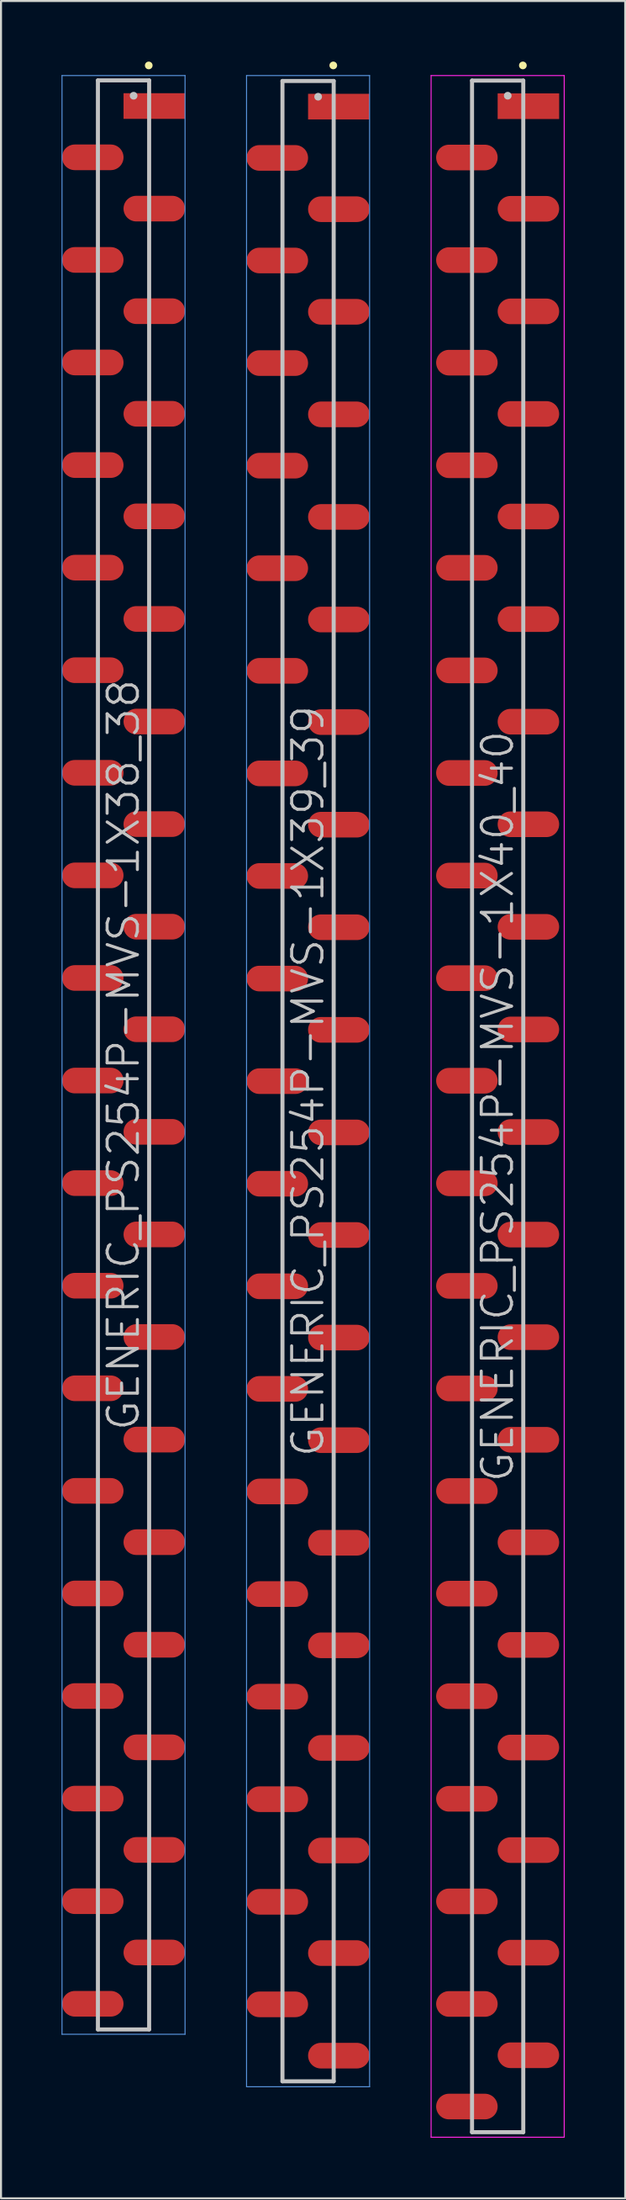
<source format=kicad_pcb>
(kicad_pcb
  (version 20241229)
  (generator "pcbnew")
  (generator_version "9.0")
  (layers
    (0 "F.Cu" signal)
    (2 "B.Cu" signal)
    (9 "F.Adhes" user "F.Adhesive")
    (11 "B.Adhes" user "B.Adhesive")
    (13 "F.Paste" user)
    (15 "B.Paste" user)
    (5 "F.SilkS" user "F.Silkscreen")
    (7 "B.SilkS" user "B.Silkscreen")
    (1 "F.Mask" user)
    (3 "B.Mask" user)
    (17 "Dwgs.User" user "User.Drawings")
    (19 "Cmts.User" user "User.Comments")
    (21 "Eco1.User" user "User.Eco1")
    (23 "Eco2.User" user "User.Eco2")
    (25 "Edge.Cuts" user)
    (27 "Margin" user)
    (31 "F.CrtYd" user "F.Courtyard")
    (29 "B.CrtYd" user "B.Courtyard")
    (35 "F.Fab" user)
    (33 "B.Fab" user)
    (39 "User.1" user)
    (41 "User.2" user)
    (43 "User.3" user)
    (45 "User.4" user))
  (footprint "GENERIC_PS254P-MVS-1X40_40"
    (layer "F.Cu")
    (at 21.625 51.74)
    (property "Reference" "GENERIC_PS254P-MVS-1X40_40" (at 0 0 90) (layer "Dwgs.User") (effects (font (size 1.5 1.5) (thickness 0.15))))
    (attr smd)
    (fp_line (start 1.25 -51.55) (end 1.25 -51.55) (stroke (width 0.381) (type solid)) (layer "F.SilkS"))
    (fp_line (start -1.27 -50.8) (end -1.27 50.8) (stroke (width 0.2) (type solid)) (layer "Dwgs.User"))
    (fp_line (start -1.27 -50.8) (end 1.27 -50.8) (stroke (width 0.2) (type solid)) (layer "Dwgs.User"))
    (fp_line (start -1.27 50.8) (end 1.27 50.8) (stroke (width 0.2) (type solid)) (layer "Dwgs.User"))
    (fp_line (start 0.5 -50.05) (end 0.5 -50.05) (stroke (width 0.381) (type solid)) (layer "Dwgs.User"))
    (fp_line (start 1.27 -50.8) (end 1.27 50.8) (stroke (width 0.2) (type solid)) (layer "Dwgs.User"))
    (fp_line (start -3.3 -51.05) (end -3.3 51.05) (stroke (width 0.05) (type solid)) (layer "F.CrtYd"))
    (fp_line (start -3.3 -51.05) (end 3.3 -51.05) (stroke (width 0.05) (type solid)) (layer "F.CrtYd"))
    (fp_line (start -3.3 51.05) (end 3.3 51.05) (stroke (width 0.05) (type solid)) (layer "F.CrtYd"))
    (fp_line (start 3.3 -51.05) (end 3.3 51.05) (stroke (width 0.05) (type solid)) (layer "F.CrtYd"))
    (pad "1" smd rect (at 1.525 -49.53 90) (size 1.27 3.05) (layers "F.Cu" "F.Mask" "F.Paste"))
    (pad "2" smd oval (at -1.525 -46.99 90) (size 1.27 3.05) (layers "F.Cu" "F.Mask" "F.Paste"))
    (pad "3" smd oval (at 1.525 -44.45 90) (size 1.27 3.05) (layers "F.Cu" "F.Mask" "F.Paste"))
    (pad "4" smd oval (at -1.525 -41.91 90) (size 1.27 3.05) (layers "F.Cu" "F.Mask" "F.Paste"))
    (pad "5" smd oval (at 1.525 -39.37 90) (size 1.27 3.05) (layers "F.Cu" "F.Mask" "F.Paste"))
    (pad "6" smd oval (at -1.525 -36.83 90) (size 1.27 3.05) (layers "F.Cu" "F.Mask" "F.Paste"))
    (pad "7" smd oval (at 1.525 -34.29 90) (size 1.27 3.05) (layers "F.Cu" "F.Mask" "F.Paste"))
    (pad "8" smd oval (at -1.525 -31.75 90) (size 1.27 3.05) (layers "F.Cu" "F.Mask" "F.Paste"))
    (pad "9" smd oval (at 1.525 -29.21 90) (size 1.27 3.05) (layers "F.Cu" "F.Mask" "F.Paste"))
    (pad "10" smd oval (at -1.525 -26.67 90) (size 1.27 3.05) (layers "F.Cu" "F.Mask" "F.Paste"))
    (pad "11" smd oval (at 1.525 -24.13 90) (size 1.27 3.05) (layers "F.Cu" "F.Mask" "F.Paste"))
    (pad "12" smd oval (at -1.525 -21.59 90) (size 1.27 3.05) (layers "F.Cu" "F.Mask" "F.Paste"))
    (pad "13" smd oval (at 1.525 -19.05 90) (size 1.27 3.05) (layers "F.Cu" "F.Mask" "F.Paste"))
    (pad "14" smd oval (at -1.525 -16.51 90) (size 1.27 3.05) (layers "F.Cu" "F.Mask" "F.Paste"))
    (pad "15" smd oval (at 1.525 -13.97 90) (size 1.27 3.05) (layers "F.Cu" "F.Mask" "F.Paste"))
    (pad "16" smd oval (at -1.525 -11.43 90) (size 1.27 3.05) (layers "F.Cu" "F.Mask" "F.Paste"))
    (pad "17" smd oval (at 1.525 -8.89 90) (size 1.27 3.05) (layers "F.Cu" "F.Mask" "F.Paste"))
    (pad "18" smd oval (at -1.525 -6.35 90) (size 1.27 3.05) (layers "F.Cu" "F.Mask" "F.Paste"))
    (pad "19" smd oval (at 1.525 -3.81 90) (size 1.27 3.05) (layers "F.Cu" "F.Mask" "F.Paste"))
    (pad "20" smd oval (at -1.525 -1.27 90) (size 1.27 3.05) (layers "F.Cu" "F.Mask" "F.Paste"))
    (pad "21" smd oval (at 1.525 1.27 90) (size 1.27 3.05) (layers "F.Cu" "F.Mask" "F.Paste"))
    (pad "22" smd oval (at -1.525 3.81 90) (size 1.27 3.05) (layers "F.Cu" "F.Mask" "F.Paste"))
    (pad "23" smd oval (at 1.525 6.35 90) (size 1.27 3.05) (layers "F.Cu" "F.Mask" "F.Paste"))
    (pad "24" smd oval (at -1.525 8.89 90) (size 1.27 3.05) (layers "F.Cu" "F.Mask" "F.Paste"))
    (pad "25" smd oval (at 1.525 11.43 90) (size 1.27 3.05) (layers "F.Cu" "F.Mask" "F.Paste"))
    (pad "26" smd oval (at -1.525 13.97 90) (size 1.27 3.05) (layers "F.Cu" "F.Mask" "F.Paste"))
    (pad "27" smd oval (at 1.525 16.51 90) (size 1.27 3.05) (layers "F.Cu" "F.Mask" "F.Paste"))
    (pad "28" smd oval (at -1.525 19.05 90) (size 1.27 3.05) (layers "F.Cu" "F.Mask" "F.Paste"))
    (pad "29" smd oval (at 1.525 21.59 90) (size 1.27 3.05) (layers "F.Cu" "F.Mask" "F.Paste"))
    (pad "30" smd oval (at -1.525 24.13 90) (size 1.27 3.05) (layers "F.Cu" "F.Mask" "F.Paste"))
    (pad "31" smd oval (at 1.525 26.67 90) (size 1.27 3.05) (layers "F.Cu" "F.Mask" "F.Paste"))
    (pad "32" smd oval (at -1.525 29.21 90) (size 1.27 3.05) (layers "F.Cu" "F.Mask" "F.Paste"))
    (pad "33" smd oval (at 1.525 31.75 90) (size 1.27 3.05) (layers "F.Cu" "F.Mask" "F.Paste"))
    (pad "34" smd oval (at -1.525 34.29 90) (size 1.27 3.05) (layers "F.Cu" "F.Mask" "F.Paste"))
    (pad "35" smd oval (at 1.525 36.83 90) (size 1.27 3.05) (layers "F.Cu" "F.Mask" "F.Paste"))
    (pad "36" smd oval (at -1.525 39.37 90) (size 1.27 3.05) (layers "F.Cu" "F.Mask" "F.Paste"))
    (pad "37" smd oval (at 1.525 41.91 90) (size 1.27 3.05) (layers "F.Cu" "F.Mask" "F.Paste"))
    (pad "38" smd oval (at -1.525 44.45 90) (size 1.27 3.05) (layers "F.Cu" "F.Mask" "F.Paste"))
    (pad "39" smd oval (at 1.525 46.99 90) (size 1.27 3.05) (layers "F.Cu" "F.Mask" "F.Paste"))
    (pad "40" smd oval (at -1.525 49.53 90) (size 1.27 3.05) (layers "F.Cu" "F.Mask" "F.Paste")))
  (footprint "GENERIC_PS254P-MVS-1X39_39"
    (layer "F.Cu")
    (at 12.225 50.49)
    (property "Reference" "GENERIC_PS254P-MVS-1X39_39" (at 0 0 90) (layer "Dwgs.User") (effects (font (size 1.5 1.5) (thickness 0.15))))
    (attr smd)
    (fp_line (start 1.25 -50.3) (end 1.25 -50.3) (stroke (width 0.381) (type solid)) (layer "F.SilkS"))
    (fp_line (start -1.27 -49.53) (end -1.27 49.53) (stroke (width 0.2) (type solid)) (layer "Dwgs.User"))
    (fp_line (start -1.27 -49.53) (end 1.27 -49.53) (stroke (width 0.2) (type solid)) (layer "Dwgs.User"))
    (fp_line (start -1.27 49.53) (end 1.27 49.53) (stroke (width 0.2) (type solid)) (layer "Dwgs.User"))
    (fp_line (start 0.5 -48.75) (end 0.5 -48.75) (stroke (width 0.381) (type solid)) (layer "Dwgs.User"))
    (fp_line (start 1.27 -49.53) (end 1.27 49.53) (stroke (width 0.2) (type solid)) (layer "Dwgs.User"))
    (fp_line (start -3.05 -49.8) (end -3.05 49.8) (stroke (width 0.05) (type solid)) (layer "Cmts.User"))
    (fp_line (start -3.05 -49.8) (end 3.05 -49.8) (stroke (width 0.05) (type solid)) (layer "Cmts.User"))
    (fp_line (start -3.05 49.8) (end 3.05 49.8) (stroke (width 0.05) (type solid)) (layer "Cmts.User"))
    (fp_line (start 3.05 -49.8) (end 3.05 49.8) (stroke (width 0.05) (type solid)) (layer "Cmts.User"))
    (pad "1" smd rect (at 1.525 -48.26 90) (size 1.27 3.05) (layers "F.Cu" "F.Mask" "F.Paste"))
    (pad "2" smd oval (at -1.525 -45.72 90) (size 1.27 3.05) (layers "F.Cu" "F.Mask" "F.Paste"))
    (pad "3" smd oval (at 1.525 -43.18 90) (size 1.27 3.05) (layers "F.Cu" "F.Mask" "F.Paste"))
    (pad "4" smd oval (at -1.525 -40.64 90) (size 1.27 3.05) (layers "F.Cu" "F.Mask" "F.Paste"))
    (pad "5" smd oval (at 1.525 -38.1 90) (size 1.27 3.05) (layers "F.Cu" "F.Mask" "F.Paste"))
    (pad "6" smd oval (at -1.525 -35.56 90) (size 1.27 3.05) (layers "F.Cu" "F.Mask" "F.Paste"))
    (pad "7" smd oval (at 1.525 -33.02 90) (size 1.27 3.05) (layers "F.Cu" "F.Mask" "F.Paste"))
    (pad "8" smd oval (at -1.525 -30.48 90) (size 1.27 3.05) (layers "F.Cu" "F.Mask" "F.Paste"))
    (pad "9" smd oval (at 1.525 -27.94 90) (size 1.27 3.05) (layers "F.Cu" "F.Mask" "F.Paste"))
    (pad "10" smd oval (at -1.525 -25.4 90) (size 1.27 3.05) (layers "F.Cu" "F.Mask" "F.Paste"))
    (pad "11" smd oval (at 1.525 -22.86 90) (size 1.27 3.05) (layers "F.Cu" "F.Mask" "F.Paste"))
    (pad "12" smd oval (at -1.525 -20.32 90) (size 1.27 3.05) (layers "F.Cu" "F.Mask" "F.Paste"))
    (pad "13" smd oval (at 1.525 -17.78 90) (size 1.27 3.05) (layers "F.Cu" "F.Mask" "F.Paste"))
    (pad "14" smd oval (at -1.525 -15.24 90) (size 1.27 3.05) (layers "F.Cu" "F.Mask" "F.Paste"))
    (pad "15" smd oval (at 1.525 -12.7 90) (size 1.27 3.05) (layers "F.Cu" "F.Mask" "F.Paste"))
    (pad "16" smd oval (at -1.525 -10.16 90) (size 1.27 3.05) (layers "F.Cu" "F.Mask" "F.Paste"))
    (pad "17" smd oval (at 1.525 -7.62 90) (size 1.27 3.05) (layers "F.Cu" "F.Mask" "F.Paste"))
    (pad "18" smd oval (at -1.525 -5.08 90) (size 1.27 3.05) (layers "F.Cu" "F.Mask" "F.Paste"))
    (pad "19" smd oval (at 1.525 -2.54 90) (size 1.27 3.05) (layers "F.Cu" "F.Mask" "F.Paste"))
    (pad "20" smd oval (at -1.525 0 90) (size 1.27 3.05) (layers "F.Cu" "F.Mask" "F.Paste"))
    (pad "21" smd oval (at 1.525 2.54 90) (size 1.27 3.05) (layers "F.Cu" "F.Mask" "F.Paste"))
    (pad "22" smd oval (at -1.525 5.08 90) (size 1.27 3.05) (layers "F.Cu" "F.Mask" "F.Paste"))
    (pad "23" smd oval (at 1.525 7.62 90) (size 1.27 3.05) (layers "F.Cu" "F.Mask" "F.Paste"))
    (pad "24" smd oval (at -1.525 10.16 90) (size 1.27 3.05) (layers "F.Cu" "F.Mask" "F.Paste"))
    (pad "25" smd oval (at 1.525 12.7 90) (size 1.27 3.05) (layers "F.Cu" "F.Mask" "F.Paste"))
    (pad "26" smd oval (at -1.525 15.24 90) (size 1.27 3.05) (layers "F.Cu" "F.Mask" "F.Paste"))
    (pad "27" smd oval (at 1.525 17.78 90) (size 1.27 3.05) (layers "F.Cu" "F.Mask" "F.Paste"))
    (pad "28" smd oval (at -1.525 20.32 90) (size 1.27 3.05) (layers "F.Cu" "F.Mask" "F.Paste"))
    (pad "29" smd oval (at 1.525 22.86 90) (size 1.27 3.05) (layers "F.Cu" "F.Mask" "F.Paste"))
    (pad "30" smd oval (at -1.525 25.4 90) (size 1.27 3.05) (layers "F.Cu" "F.Mask" "F.Paste"))
    (pad "31" smd oval (at 1.525 27.94 90) (size 1.27 3.05) (layers "F.Cu" "F.Mask" "F.Paste"))
    (pad "32" smd oval (at -1.525 30.48 90) (size 1.27 3.05) (layers "F.Cu" "F.Mask" "F.Paste"))
    (pad "33" smd oval (at 1.525 33.02 90) (size 1.27 3.05) (layers "F.Cu" "F.Mask" "F.Paste"))
    (pad "34" smd oval (at -1.525 35.56 90) (size 1.27 3.05) (layers "F.Cu" "F.Mask" "F.Paste"))
    (pad "35" smd oval (at 1.525 38.1 90) (size 1.27 3.05) (layers "F.Cu" "F.Mask" "F.Paste"))
    (pad "36" smd oval (at -1.525 40.64 90) (size 1.27 3.05) (layers "F.Cu" "F.Mask" "F.Paste"))
    (pad "37" smd oval (at 1.525 43.18 90) (size 1.27 3.05) (layers "F.Cu" "F.Mask" "F.Paste"))
    (pad "38" smd oval (at -1.525 45.72 90) (size 1.27 3.05) (layers "F.Cu" "F.Mask" "F.Paste"))
    (pad "39" smd oval (at 1.525 48.26 90) (size 1.27 3.05) (layers "F.Cu" "F.Mask" "F.Paste")))
  (footprint "GENERIC_PS254P-MVS-1X38_38"
    (layer "F.Cu")
    (at 3.075 49.191)
    (property "Reference" "GENERIC_PS254P-MVS-1X38_38" (at 0 0 90) (layer "Dwgs.User") (effects (font (size 1.5 1.5) (thickness 0.15))))
    (attr smd)
    (fp_line (start 1.25 -49) (end 1.25 -49) (stroke (width 0.381) (type solid)) (layer "F.SilkS"))
    (fp_line (start -1.27 -48.26) (end -1.27 48.26) (stroke (width 0.2) (type solid)) (layer "Dwgs.User"))
    (fp_line (start -1.27 -48.26) (end 1.27 -48.26) (stroke (width 0.2) (type solid)) (layer "Dwgs.User"))
    (fp_line (start -1.27 48.26) (end 1.27 48.26) (stroke (width 0.2) (type solid)) (layer "Dwgs.User"))
    (fp_line (start 0.5 -47.5) (end 0.5 -47.5) (stroke (width 0.381) (type solid)) (layer "Dwgs.User"))
    (fp_line (start 1.27 -48.26) (end 1.27 48.26) (stroke (width 0.2) (type solid)) (layer "Dwgs.User"))
    (fp_line (start -3.05 -48.5) (end -3.05 48.5) (stroke (width 0.05) (type solid)) (layer "Cmts.User"))
    (fp_line (start -3.05 -48.5) (end 3.05 -48.5) (stroke (width 0.05) (type solid)) (layer "Cmts.User"))
    (fp_line (start -3.05 48.5) (end 3.05 48.5) (stroke (width 0.05) (type solid)) (layer "Cmts.User"))
    (fp_line (start 3.05 -48.5) (end 3.05 48.5) (stroke (width 0.05) (type solid)) (layer "Cmts.User"))
    (pad "1" smd rect (at 1.525 -46.99 90) (size 1.27 3.05) (layers "F.Cu" "F.Mask" "F.Paste"))
    (pad "2" smd oval (at -1.525 -44.45 90) (size 1.27 3.05) (layers "F.Cu" "F.Mask" "F.Paste"))
    (pad "3" smd oval (at 1.525 -41.91 90) (size 1.27 3.05) (layers "F.Cu" "F.Mask" "F.Paste"))
    (pad "4" smd oval (at -1.525 -39.37 90) (size 1.27 3.05) (layers "F.Cu" "F.Mask" "F.Paste"))
    (pad "5" smd oval (at 1.525 -36.83 90) (size 1.27 3.05) (layers "F.Cu" "F.Mask" "F.Paste"))
    (pad "6" smd oval (at -1.525 -34.29 90) (size 1.27 3.05) (layers "F.Cu" "F.Mask" "F.Paste"))
    (pad "7" smd oval (at 1.525 -31.75 90) (size 1.27 3.05) (layers "F.Cu" "F.Mask" "F.Paste"))
    (pad "8" smd oval (at -1.525 -29.21 90) (size 1.27 3.05) (layers "F.Cu" "F.Mask" "F.Paste"))
    (pad "9" smd oval (at 1.525 -26.67 90) (size 1.27 3.05) (layers "F.Cu" "F.Mask" "F.Paste"))
    (pad "10" smd oval (at -1.525 -24.13 90) (size 1.27 3.05) (layers "F.Cu" "F.Mask" "F.Paste"))
    (pad "11" smd oval (at 1.525 -21.59 90) (size 1.27 3.05) (layers "F.Cu" "F.Mask" "F.Paste"))
    (pad "12" smd oval (at -1.525 -19.05 90) (size 1.27 3.05) (layers "F.Cu" "F.Mask" "F.Paste"))
    (pad "13" smd oval (at 1.525 -16.51 90) (size 1.27 3.05) (layers "F.Cu" "F.Mask" "F.Paste"))
    (pad "14" smd oval (at -1.525 -13.97 90) (size 1.27 3.05) (layers "F.Cu" "F.Mask" "F.Paste"))
    (pad "15" smd oval (at 1.525 -11.43 90) (size 1.27 3.05) (layers "F.Cu" "F.Mask" "F.Paste"))
    (pad "16" smd oval (at -1.525 -8.89 90) (size 1.27 3.05) (layers "F.Cu" "F.Mask" "F.Paste"))
    (pad "17" smd oval (at 1.525 -6.35 90) (size 1.27 3.05) (layers "F.Cu" "F.Mask" "F.Paste"))
    (pad "18" smd oval (at -1.525 -3.81 90) (size 1.27 3.05) (layers "F.Cu" "F.Mask" "F.Paste"))
    (pad "19" smd oval (at 1.525 -1.27 90) (size 1.27 3.05) (layers "F.Cu" "F.Mask" "F.Paste"))
    (pad "20" smd oval (at -1.525 1.27 90) (size 1.27 3.05) (layers "F.Cu" "F.Mask" "F.Paste"))
    (pad "21" smd oval (at 1.525 3.81 90) (size 1.27 3.05) (layers "F.Cu" "F.Mask" "F.Paste"))
    (pad "22" smd oval (at -1.525 6.35 90) (size 1.27 3.05) (layers "F.Cu" "F.Mask" "F.Paste"))
    (pad "23" smd oval (at 1.525 8.89 90) (size 1.27 3.05) (layers "F.Cu" "F.Mask" "F.Paste"))
    (pad "24" smd oval (at -1.525 11.43 90) (size 1.27 3.05) (layers "F.Cu" "F.Mask" "F.Paste"))
    (pad "25" smd oval (at 1.525 13.97 90) (size 1.27 3.05) (layers "F.Cu" "F.Mask" "F.Paste"))
    (pad "26" smd oval (at -1.525 16.51 90) (size 1.27 3.05) (layers "F.Cu" "F.Mask" "F.Paste"))
    (pad "27" smd oval (at 1.525 19.05 90) (size 1.27 3.05) (layers "F.Cu" "F.Mask" "F.Paste"))
    (pad "28" smd oval (at -1.525 21.59 90) (size 1.27 3.05) (layers "F.Cu" "F.Mask" "F.Paste"))
    (pad "29" smd oval (at 1.525 24.13 90) (size 1.27 3.05) (layers "F.Cu" "F.Mask" "F.Paste"))
    (pad "30" smd oval (at -1.525 26.67 90) (size 1.27 3.05) (layers "F.Cu" "F.Mask" "F.Paste"))
    (pad "31" smd oval (at 1.525 29.21 90) (size 1.27 3.05) (layers "F.Cu" "F.Mask" "F.Paste"))
    (pad "32" smd oval (at -1.525 31.75 90) (size 1.27 3.05) (layers "F.Cu" "F.Mask" "F.Paste"))
    (pad "33" smd oval (at 1.525 34.29 90) (size 1.27 3.05) (layers "F.Cu" "F.Mask" "F.Paste"))
    (pad "34" smd oval (at -1.525 36.83 90) (size 1.27 3.05) (layers "F.Cu" "F.Mask" "F.Paste"))
    (pad "35" smd oval (at 1.525 39.37 90) (size 1.27 3.05) (layers "F.Cu" "F.Mask" "F.Paste"))
    (pad "36" smd oval (at -1.525 41.91 90) (size 1.27 3.05) (layers "F.Cu" "F.Mask" "F.Paste"))
    (pad "37" smd oval (at 1.525 44.45 90) (size 1.27 3.05) (layers "F.Cu" "F.Mask" "F.Paste"))
    (pad "38" smd oval (at -1.525 46.99 90) (size 1.27 3.05) (layers "F.Cu" "F.Mask" "F.Paste")))
  (gr_rect
    (start -3 -3)
    (end 27.95 105.816)
    (stroke (width 0.1) (type default))
    (fill no)
    (layer "Edge.Cuts")))
</source>
